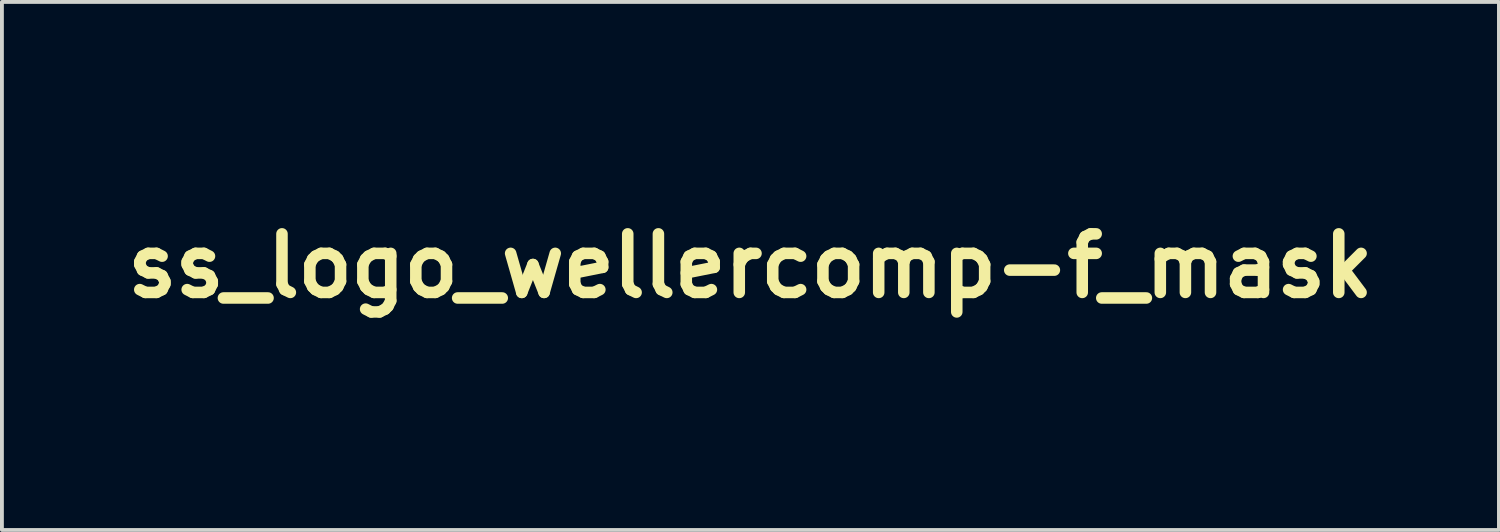
<source format=kicad_pcb>
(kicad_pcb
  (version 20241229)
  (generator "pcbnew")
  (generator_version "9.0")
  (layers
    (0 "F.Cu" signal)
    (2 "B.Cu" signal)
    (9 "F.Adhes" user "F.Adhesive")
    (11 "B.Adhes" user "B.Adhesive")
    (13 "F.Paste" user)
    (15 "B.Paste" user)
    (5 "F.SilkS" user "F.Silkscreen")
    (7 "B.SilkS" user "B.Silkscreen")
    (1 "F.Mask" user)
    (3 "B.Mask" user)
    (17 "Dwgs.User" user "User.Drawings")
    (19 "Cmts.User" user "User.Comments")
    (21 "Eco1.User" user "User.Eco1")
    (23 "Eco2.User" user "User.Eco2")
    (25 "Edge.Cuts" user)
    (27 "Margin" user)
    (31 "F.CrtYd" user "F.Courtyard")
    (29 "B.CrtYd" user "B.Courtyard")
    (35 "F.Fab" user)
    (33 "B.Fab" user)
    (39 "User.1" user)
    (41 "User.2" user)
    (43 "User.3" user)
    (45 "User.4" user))
  (footprint "ss_logo_wellercomp-f_mask"
    (layer "F.Cu")
    (at 16.481 3.871)
    (property "Reference" "ss_logo_wellercomp-f_mask" (at 0 0 0) (layer "F.SilkS") (effects (font (size 1.524 1.524) (thickness 0.3))))
    (attr through_hole)
    (fp_poly (pts (xy 0.762 -1.129) (xy 0.141 -1.129) (xy 0.141 -3.866) (xy 0.762 -3.866) (xy 0.762 -1.129)) (stroke (width 0.01) (type solid)) (fill yes) (layer "F.Mask"))
    (fp_poly (pts (xy 2.004 -1.129) (xy 1.383 -1.129) (xy 1.383 -3.866) (xy 2.004 -3.866) (xy 2.004 -1.129)) (stroke (width 0.01) (type solid)) (fill yes) (layer "F.Mask"))
    (fp_poly (pts (xy 4.741 0.875) (xy 4.12 0.875) (xy 4.12 0.367) (xy 4.741 0.367) (xy 4.741 0.875)) (stroke (width 0.01) (type solid)) (fill yes) (layer "F.Mask"))
    (fp_poly (pts (xy 4.741 3.104) (xy 4.12 3.104) (xy 4.12 1.129) (xy 4.741 1.129) (xy 4.741 3.104)) (stroke (width 0.01) (type solid)) (fill yes) (layer "F.Mask"))
    (fp_poly (pts (xy 8.58 3.104) (xy 7.959 3.104) (xy 7.959 0.367) (xy 8.58 0.367) (xy 8.58 3.104)) (stroke (width 0.01) (type solid)) (fill yes) (layer "F.Mask"))
    (fp_poly (pts (xy 6.398 -3.155) (xy 6.533 -3.147) (xy 6.549 -2.575) (xy 6.397 -2.618) (xy 6.213 -2.647) (xy 6.051 -2.627) (xy 5.915 -2.561) (xy 5.811 -2.452) (xy 5.744 -2.306) (xy 5.726 -2.227) (xy 5.714 -2.121) (xy 5.706 -1.978) (xy 5.702 -1.793) (xy 5.701 -1.646) (xy 5.701 -1.129) (xy 5.08 -1.129) (xy 5.08 -3.104) (xy 5.701 -3.104) (xy 5.701 -2.813) (xy 5.831 -2.945) (xy 5.988 -3.066) (xy 6.17 -3.137) (xy 6.372 -3.157) (xy 6.398 -3.155)) (stroke (width 0.01) (type solid)) (fill yes) (layer "F.Mask"))
    (fp_poly (pts (xy 3.076 1.129) (xy 3.725 1.129) (xy 3.725 1.58) (xy 3.076 1.58) (xy 3.076 2.047) (xy 3.077 2.22) (xy 3.078 2.345) (xy 3.082 2.432) (xy 3.09 2.491) (xy 3.103 2.53) (xy 3.122 2.559) (xy 3.145 2.584) (xy 3.186 2.619) (xy 3.233 2.64) (xy 3.3 2.65) (xy 3.403 2.653) (xy 3.442 2.653) (xy 3.669 2.653) (xy 3.669 3.104) (xy 3.309 3.102) (xy 3.164 3.099) (xy 3.032 3.094) (xy 2.927 3.086) (xy 2.864 3.078) (xy 2.863 3.078) (xy 2.708 3.016) (xy 2.586 2.916) (xy 2.53 2.836) (xy 2.509 2.793) (xy 2.494 2.747) (xy 2.482 2.688) (xy 2.474 2.608) (xy 2.468 2.498) (xy 2.464 2.349) (xy 2.46 2.153) (xy 2.46 2.152) (xy 2.451 1.58) (xy 2.145 1.58) (xy 2.145 1.129) (xy 2.455 1.129) (xy 2.455 0.564) (xy 3.076 0.564) (xy 3.076 1.129)) (stroke (width 0.01) (type solid)) (fill yes) (layer "F.Mask"))
    (fp_poly (pts (xy -9.92 1.082) (xy -9.792 1.095) (xy -9.668 1.114) (xy -9.573 1.135) (xy -9.567 1.136) (xy -9.44 1.174) (xy -9.432 1.43) (xy -9.424 1.686) (xy -9.562 1.617) (xy -9.739 1.553) (xy -9.919 1.53) (xy -10.091 1.546) (xy -10.242 1.6) (xy -10.346 1.676) (xy -10.432 1.799) (xy -10.484 1.952) (xy -10.501 2.12) (xy -10.483 2.287) (xy -10.43 2.439) (xy -10.346 2.557) (xy -10.214 2.653) (xy -10.055 2.7) (xy -9.87 2.7) (xy -9.656 2.652) (xy -9.474 2.583) (xy -9.45 2.577) (xy -9.436 2.59) (xy -9.43 2.633) (xy -9.429 2.715) (xy -9.432 2.811) (xy -9.44 3.06) (xy -9.567 3.098) (xy -9.676 3.121) (xy -9.821 3.137) (xy -9.982 3.147) (xy -10.141 3.149) (xy -10.278 3.143) (xy -10.353 3.133) (xy -10.585 3.058) (xy -10.782 2.942) (xy -10.942 2.788) (xy -11.059 2.601) (xy -11.13 2.384) (xy -11.144 2.299) (xy -11.153 2.03) (xy -11.114 1.789) (xy -11.03 1.579) (xy -10.904 1.402) (xy -10.738 1.261) (xy -10.534 1.158) (xy -10.296 1.096) (xy -10.025 1.078) (xy -9.92 1.082)) (stroke (width 0.01) (type solid)) (fill yes) (layer "F.Mask"))
    (fp_poly (pts (xy -1.145 1.1) (xy -0.972 1.172) (xy -0.964 1.177) (xy -0.794 1.314) (xy -0.664 1.49) (xy -0.576 1.703) (xy -0.529 1.953) (xy -0.522 2.117) (xy -0.543 2.387) (xy -0.607 2.622) (xy -0.712 2.82) (xy -0.859 2.98) (xy -0.964 3.057) (xy -1.136 3.131) (xy -1.324 3.158) (xy -1.517 3.139) (xy -1.701 3.075) (xy -1.865 2.967) (xy -1.872 2.961) (xy -2.004 2.846) (xy -2.004 3.866) (xy -2.625 3.866) (xy -2.625 2.049) (xy -1.997 2.049) (xy -1.996 2.22) (xy -1.965 2.382) (xy -1.907 2.52) (xy -1.842 2.601) (xy -1.769 2.662) (xy -1.704 2.693) (xy -1.623 2.702) (xy -1.54 2.698) (xy -1.443 2.684) (xy -1.374 2.65) (xy -1.31 2.59) (xy -1.227 2.461) (xy -1.177 2.301) (xy -1.16 2.126) (xy -1.175 1.949) (xy -1.222 1.787) (xy -1.302 1.653) (xy -1.313 1.64) (xy -1.37 1.583) (xy -1.421 1.552) (xy -1.487 1.54) (xy -1.576 1.538) (xy -1.678 1.542) (xy -1.745 1.557) (xy -1.8 1.591) (xy -1.833 1.622) (xy -1.916 1.736) (xy -1.971 1.883) (xy -1.997 2.049) (xy -2.625 2.049) (xy -2.625 1.129) (xy -2.004 1.129) (xy -2.004 1.388) (xy -1.872 1.272) (xy -1.709 1.162) (xy -1.525 1.096) (xy -1.333 1.075) (xy -1.145 1.1)) (stroke (width 0.01) (type solid)) (fill yes) (layer "F.Mask"))
    (fp_poly (pts (xy 5.983 1.388) (xy 6.115 1.272) (xy 6.278 1.162) (xy 6.462 1.096) (xy 6.654 1.075) (xy 6.842 1.1) (xy 7.015 1.172) (xy 7.022 1.177) (xy 7.193 1.314) (xy 7.323 1.49) (xy 7.411 1.703) (xy 7.457 1.953) (xy 7.465 2.117) (xy 7.443 2.388) (xy 7.38 2.623) (xy 7.274 2.821) (xy 7.126 2.981) (xy 7.02 3.058) (xy 6.872 3.121) (xy 6.696 3.152) (xy 6.514 3.148) (xy 6.376 3.119) (xy 6.281 3.076) (xy 6.175 3.009) (xy 6.115 2.961) (xy 5.983 2.846) (xy 5.983 3.104) (xy 5.362 3.104) (xy 5.362 2.049) (xy 5.99 2.049) (xy 5.991 2.22) (xy 6.022 2.382) (xy 6.08 2.52) (xy 6.145 2.601) (xy 6.217 2.662) (xy 6.283 2.693) (xy 6.364 2.702) (xy 6.447 2.698) (xy 6.544 2.684) (xy 6.613 2.65) (xy 6.677 2.59) (xy 6.759 2.461) (xy 6.81 2.301) (xy 6.827 2.126) (xy 6.812 1.949) (xy 6.765 1.787) (xy 6.685 1.653) (xy 6.674 1.64) (xy 6.616 1.583) (xy 6.566 1.552) (xy 6.5 1.54) (xy 6.41 1.538) (xy 6.309 1.542) (xy 6.242 1.557) (xy 6.187 1.591) (xy 6.154 1.622) (xy 6.071 1.736) (xy 6.016 1.883) (xy 5.99 2.049) (xy 5.362 2.049) (xy 5.362 0.367) (xy 5.983 0.367) (xy 5.983 1.388)) (stroke (width 0.01) (type solid)) (fill yes) (layer "F.Mask"))
    (fp_poly (pts (xy -1.219 -3.148) (xy -0.985 -3.097) (xy -0.784 -3.002) (xy -0.619 -2.863) (xy -0.491 -2.682) (xy -0.401 -2.462) (xy -0.352 -2.203) (xy -0.349 -2.174) (xy -0.331 -1.947) (xy -1.828 -1.947) (xy -1.799 -1.833) (xy -1.738 -1.696) (xy -1.633 -1.594) (xy -1.487 -1.527) (xy -1.304 -1.497) (xy -1.25 -1.496) (xy -1.119 -1.507) (xy -0.96 -1.536) (xy -0.795 -1.579) (xy -0.646 -1.629) (xy -0.567 -1.664) (xy -0.452 -1.723) (xy -0.452 -1.482) (xy -0.452 -1.378) (xy -0.458 -1.303) (xy -0.478 -1.251) (xy -0.52 -1.215) (xy -0.593 -1.187) (xy -0.704 -1.159) (xy -0.861 -1.126) (xy -1.087 -1.091) (xy -1.319 -1.077) (xy -1.535 -1.085) (xy -1.711 -1.112) (xy -1.929 -1.191) (xy -2.118 -1.312) (xy -2.271 -1.469) (xy -2.381 -1.655) (xy -2.413 -1.739) (xy -2.445 -1.889) (xy -2.458 -2.067) (xy -2.455 -2.25) (xy -2.436 -2.395) (xy -1.806 -2.395) (xy -1.802 -2.374) (xy -1.785 -2.36) (xy -1.746 -2.351) (xy -1.677 -2.345) (xy -1.569 -2.343) (xy -1.413 -2.342) (xy -1.4 -2.342) (xy -0.994 -2.342) (xy -1.017 -2.446) (xy -1.07 -2.57) (xy -1.158 -2.661) (xy -1.27 -2.715) (xy -1.395 -2.733) (xy -1.522 -2.712) (xy -1.641 -2.65) (xy -1.739 -2.547) (xy -1.742 -2.543) (xy -1.783 -2.469) (xy -1.805 -2.406) (xy -1.806 -2.395) (xy -2.436 -2.395) (xy -2.433 -2.416) (xy -2.411 -2.498) (xy -2.313 -2.709) (xy -2.175 -2.88) (xy -1.998 -3.011) (xy -1.783 -3.1) (xy -1.531 -3.148) (xy -1.484 -3.152) (xy -1.219 -3.148)) (stroke (width 0.01) (type solid)) (fill yes) (layer "F.Mask"))
    (fp_poly (pts (xy 3.72 -3.148) (xy 3.954 -3.097) (xy 4.154 -3.002) (xy 4.32 -2.863) (xy 4.448 -2.682) (xy 4.538 -2.462) (xy 4.587 -2.203) (xy 4.589 -2.174) (xy 4.608 -1.947) (xy 3.11 -1.947) (xy 3.14 -1.833) (xy 3.201 -1.696) (xy 3.306 -1.594) (xy 3.452 -1.527) (xy 3.635 -1.497) (xy 3.689 -1.496) (xy 3.82 -1.507) (xy 3.979 -1.536) (xy 4.144 -1.579) (xy 4.293 -1.629) (xy 4.372 -1.664) (xy 4.487 -1.723) (xy 4.487 -1.482) (xy 4.487 -1.378) (xy 4.481 -1.303) (xy 4.461 -1.251) (xy 4.419 -1.215) (xy 4.346 -1.187) (xy 4.235 -1.159) (xy 4.078 -1.126) (xy 3.851 -1.091) (xy 3.62 -1.077) (xy 3.404 -1.085) (xy 3.228 -1.112) (xy 3.01 -1.191) (xy 2.821 -1.312) (xy 2.668 -1.469) (xy 2.557 -1.655) (xy 2.526 -1.739) (xy 2.494 -1.889) (xy 2.48 -2.067) (xy 2.484 -2.25) (xy 2.503 -2.395) (xy 3.133 -2.395) (xy 3.136 -2.374) (xy 3.154 -2.36) (xy 3.193 -2.351) (xy 3.262 -2.345) (xy 3.37 -2.343) (xy 3.525 -2.342) (xy 3.539 -2.342) (xy 3.945 -2.342) (xy 3.922 -2.446) (xy 3.869 -2.57) (xy 3.781 -2.661) (xy 3.669 -2.715) (xy 3.544 -2.733) (xy 3.417 -2.712) (xy 3.298 -2.65) (xy 3.2 -2.547) (xy 3.197 -2.543) (xy 3.156 -2.469) (xy 3.134 -2.406) (xy 3.133 -2.395) (xy 2.503 -2.395) (xy 2.506 -2.416) (xy 2.528 -2.498) (xy 2.626 -2.709) (xy 2.764 -2.88) (xy 2.941 -3.011) (xy 3.156 -3.1) (xy 3.408 -3.148) (xy 3.455 -3.152) (xy 3.72 -3.148)) (stroke (width 0.01) (type solid)) (fill yes) (layer "F.Mask"))
    (fp_poly (pts (xy 10.296 1.085) (xy 10.53 1.136) (xy 10.73 1.232) (xy 10.896 1.371) (xy 11.024 1.551) (xy 11.114 1.772) (xy 11.163 2.031) (xy 11.165 2.059) (xy 11.184 2.286) (xy 9.686 2.286) (xy 9.715 2.401) (xy 9.777 2.537) (xy 9.882 2.64) (xy 10.028 2.707) (xy 10.211 2.736) (xy 10.265 2.738) (xy 10.395 2.726) (xy 10.555 2.697) (xy 10.72 2.654) (xy 10.868 2.604) (xy 10.948 2.569) (xy 11.063 2.511) (xy 11.063 2.752) (xy 11.063 2.856) (xy 11.057 2.93) (xy 11.037 2.982) (xy 10.995 3.018) (xy 10.922 3.047) (xy 10.811 3.074) (xy 10.654 3.107) (xy 10.427 3.142) (xy 10.196 3.156) (xy 9.979 3.149) (xy 9.804 3.121) (xy 9.586 3.042) (xy 9.397 2.921) (xy 9.244 2.765) (xy 9.133 2.578) (xy 9.102 2.494) (xy 9.07 2.344) (xy 9.056 2.166) (xy 9.06 1.983) (xy 9.079 1.839) (xy 9.708 1.839) (xy 9.712 1.859) (xy 9.729 1.873) (xy 9.768 1.883) (xy 9.838 1.888) (xy 9.946 1.89) (xy 10.101 1.891) (xy 10.115 1.891) (xy 10.521 1.891) (xy 10.498 1.788) (xy 10.445 1.663) (xy 10.357 1.573) (xy 10.245 1.518) (xy 10.12 1.5) (xy 9.992 1.522) (xy 9.874 1.583) (xy 9.775 1.686) (xy 9.773 1.69) (xy 9.731 1.764) (xy 9.709 1.828) (xy 9.708 1.839) (xy 9.079 1.839) (xy 9.082 1.817) (xy 9.103 1.735) (xy 9.202 1.524) (xy 9.34 1.353) (xy 9.517 1.222) (xy 9.732 1.133) (xy 9.984 1.085) (xy 10.031 1.081) (xy 10.296 1.085)) (stroke (width 0.01) (type solid)) (fill yes) (layer "F.Mask"))
    (fp_poly (pts (xy 1.054 1.091) (xy 1.256 1.124) (xy 1.322 1.142) (xy 1.484 1.219) (xy 1.595 1.312) (xy 1.655 1.375) (xy 1.702 1.439) (xy 1.738 1.511) (xy 1.765 1.597) (xy 1.784 1.705) (xy 1.796 1.843) (xy 1.803 2.018) (xy 1.806 2.237) (xy 1.806 2.418) (xy 1.806 3.104) (xy 1.185 3.104) (xy 1.185 2.846) (xy 1.054 2.961) (xy 0.893 3.068) (xy 0.706 3.136) (xy 0.508 3.161) (xy 0.316 3.141) (xy 0.247 3.121) (xy 0.077 3.033) (xy -0.051 2.909) (xy -0.135 2.752) (xy -0.173 2.563) (xy -0.175 2.498) (xy -0.172 2.476) (xy 0.455 2.476) (xy 0.475 2.576) (xy 0.533 2.657) (xy 0.619 2.713) (xy 0.725 2.739) (xy 0.842 2.728) (xy 0.96 2.675) (xy 0.962 2.674) (xy 1.046 2.595) (xy 1.119 2.485) (xy 1.17 2.367) (xy 1.185 2.277) (xy 1.185 2.195) (xy 0.91 2.207) (xy 0.75 2.218) (xy 0.637 2.237) (xy 0.559 2.269) (xy 0.508 2.318) (xy 0.482 2.363) (xy 0.455 2.476) (xy -0.172 2.476) (xy -0.157 2.319) (xy -0.102 2.175) (xy -0.006 2.054) (xy 0.017 2.033) (xy 0.108 1.968) (xy 0.22 1.918) (xy 0.36 1.883) (xy 0.537 1.858) (xy 0.76 1.843) (xy 0.8 1.842) (xy 1.191 1.827) (xy 1.174 1.739) (xy 1.127 1.635) (xy 1.032 1.561) (xy 0.89 1.516) (xy 0.7 1.501) (xy 0.572 1.505) (xy 0.358 1.534) (xy 0.173 1.589) (xy 0.17 1.59) (xy 0 1.659) (xy 0 1.188) (xy 0.106 1.159) (xy 0.331 1.113) (xy 0.575 1.086) (xy 0.821 1.079) (xy 1.054 1.091)) (stroke (width 0.01) (type solid)) (fill yes) (layer "F.Mask"))
    (fp_poly (pts (xy -7.693 1.097) (xy -7.524 1.128) (xy -7.447 1.152) (xy -7.254 1.257) (xy -7.089 1.401) (xy -6.965 1.576) (xy -6.951 1.603) (xy -6.918 1.674) (xy -6.895 1.738) (xy -6.882 1.807) (xy -6.875 1.897) (xy -6.872 2.02) (xy -6.872 2.117) (xy -6.873 2.267) (xy -6.877 2.375) (xy -6.886 2.455) (xy -6.903 2.52) (xy -6.93 2.586) (xy -6.951 2.631) (xy -7.069 2.809) (xy -7.228 2.958) (xy -7.416 3.066) (xy -7.447 3.079) (xy -7.601 3.121) (xy -7.788 3.146) (xy -7.984 3.153) (xy -8.169 3.142) (xy -8.297 3.117) (xy -8.522 3.029) (xy -8.706 2.904) (xy -8.846 2.742) (xy -8.944 2.544) (xy -8.998 2.309) (xy -8.999 2.301) (xy -9.004 2.151) (xy -8.344 2.151) (xy -8.332 2.306) (xy -8.305 2.437) (xy -8.282 2.495) (xy -8.193 2.609) (xy -8.074 2.681) (xy -7.937 2.707) (xy -7.795 2.685) (xy -7.749 2.666) (xy -7.674 2.611) (xy -7.604 2.528) (xy -7.589 2.504) (xy -7.556 2.438) (xy -7.536 2.372) (xy -7.525 2.289) (xy -7.521 2.172) (xy -7.521 2.117) (xy -7.523 1.983) (xy -7.531 1.889) (xy -7.547 1.818) (xy -7.575 1.755) (xy -7.589 1.73) (xy -7.681 1.618) (xy -7.797 1.55) (xy -7.925 1.525) (xy -8.053 1.543) (xy -8.17 1.604) (xy -8.264 1.708) (xy -8.282 1.738) (xy -8.319 1.847) (xy -8.339 1.991) (xy -8.344 2.151) (xy -9.004 2.151) (xy -9.009 2.034) (xy -8.973 1.793) (xy -8.892 1.58) (xy -8.77 1.399) (xy -8.607 1.254) (xy -8.414 1.152) (xy -8.266 1.112) (xy -8.084 1.089) (xy -7.886 1.084) (xy -7.693 1.097)) (stroke (width 0.01) (type solid)) (fill yes) (layer "F.Mask"))
    (fp_poly (pts (xy -3.769 1.084) (xy -3.6 1.136) (xy -3.451 1.234) (xy -3.426 1.257) (xy -3.368 1.319) (xy -3.322 1.382) (xy -3.286 1.451) (xy -3.26 1.536) (xy -3.241 1.642) (xy -3.228 1.776) (xy -3.221 1.947) (xy -3.218 2.161) (xy -3.217 2.39) (xy -3.217 3.104) (xy -3.838 3.104) (xy -3.838 2.477) (xy -3.84 2.287) (xy -3.843 2.111) (xy -3.849 1.958) (xy -3.856 1.837) (xy -3.864 1.76) (xy -3.868 1.744) (xy -3.92 1.638) (xy -4 1.574) (xy -4.096 1.55) (xy -4.199 1.566) (xy -4.298 1.622) (xy -4.382 1.717) (xy -4.412 1.773) (xy -4.432 1.822) (xy -4.448 1.874) (xy -4.46 1.938) (xy -4.468 2.022) (xy -4.474 2.136) (xy -4.478 2.287) (xy -4.482 2.486) (xy -4.482 2.505) (xy -4.492 3.104) (xy -5.108 3.104) (xy -5.11 2.533) (xy -5.112 2.283) (xy -5.117 2.083) (xy -5.125 1.927) (xy -5.137 1.809) (xy -5.153 1.722) (xy -5.175 1.661) (xy -5.203 1.62) (xy -5.22 1.604) (xy -5.317 1.558) (xy -5.427 1.559) (xy -5.535 1.601) (xy -5.631 1.681) (xy -5.689 1.768) (xy -5.707 1.81) (xy -5.721 1.861) (xy -5.732 1.927) (xy -5.739 2.018) (xy -5.745 2.142) (xy -5.749 2.307) (xy -5.753 2.491) (xy -5.762 3.104) (xy -6.378 3.104) (xy -6.378 1.129) (xy -5.757 1.129) (xy -5.757 1.39) (xy -5.636 1.278) (xy -5.541 1.204) (xy -5.434 1.139) (xy -5.381 1.115) (xy -5.213 1.078) (xy -5.038 1.087) (xy -4.871 1.138) (xy -4.725 1.228) (xy -4.633 1.325) (xy -4.553 1.434) (xy -4.45 1.325) (xy -4.298 1.198) (xy -4.128 1.116) (xy -3.948 1.077) (xy -3.769 1.084)) (stroke (width 0.01) (type solid)) (fill yes) (layer "F.Mask"))
    (fp_poly (pts (xy -2.819 -3.752) (xy -2.716 -3.747) (xy -2.648 -3.74) (xy -2.626 -3.732) (xy -2.632 -3.701) (xy -2.651 -3.621) (xy -2.679 -3.497) (xy -2.717 -3.334) (xy -2.763 -3.138) (xy -2.816 -2.915) (xy -2.874 -2.67) (xy -2.931 -2.427) (xy -3.235 -1.143) (xy -3.63 -1.135) (xy -4.025 -1.127) (xy -4.262 -2.122) (xy -4.5 -3.116) (xy -4.632 -2.567) (xy -4.682 -2.358) (xy -4.736 -2.13) (xy -4.79 -1.903) (xy -4.839 -1.696) (xy -4.868 -1.573) (xy -4.973 -1.129) (xy -5.363 -1.129) (xy -5.52 -1.13) (xy -5.63 -1.132) (xy -5.7 -1.138) (xy -5.742 -1.149) (xy -5.762 -1.164) (xy -5.768 -1.178) (xy -5.778 -1.216) (xy -5.799 -1.301) (xy -5.829 -1.426) (xy -5.868 -1.586) (xy -5.912 -1.772) (xy -5.962 -1.98) (xy -6.015 -2.201) (xy -6.069 -2.43) (xy -6.124 -2.66) (xy -6.177 -2.884) (xy -6.227 -3.095) (xy -6.273 -3.288) (xy -6.312 -3.455) (xy -6.344 -3.589) (xy -6.366 -3.685) (xy -6.377 -3.734) (xy -6.378 -3.74) (xy -6.352 -3.745) (xy -6.28 -3.75) (xy -6.175 -3.753) (xy -6.056 -3.754) (xy -5.915 -3.753) (xy -5.82 -3.749) (xy -5.763 -3.741) (xy -5.733 -3.727) (xy -5.719 -3.706) (xy -5.719 -3.704) (xy -5.709 -3.665) (xy -5.688 -3.579) (xy -5.658 -3.451) (xy -5.619 -3.29) (xy -5.574 -3.102) (xy -5.525 -2.894) (xy -5.5 -2.787) (xy -5.449 -2.575) (xy -5.402 -2.381) (xy -5.36 -2.213) (xy -5.325 -2.077) (xy -5.298 -1.979) (xy -5.281 -1.927) (xy -5.277 -1.919) (xy -5.267 -1.946) (xy -5.246 -2.02) (xy -5.215 -2.137) (xy -5.176 -2.29) (xy -5.132 -2.471) (xy -5.083 -2.675) (xy -5.053 -2.801) (xy -5.002 -3.017) (xy -4.955 -3.216) (xy -4.913 -3.391) (xy -4.878 -3.536) (xy -4.852 -3.643) (xy -4.836 -3.706) (xy -4.832 -3.719) (xy -4.811 -3.735) (xy -4.756 -3.745) (xy -4.661 -3.749) (xy -4.518 -3.748) (xy -4.493 -3.747) (xy -4.167 -3.739) (xy -3.952 -2.831) (xy -3.9 -2.613) (xy -3.852 -2.413) (xy -3.809 -2.237) (xy -3.773 -2.092) (xy -3.746 -1.985) (xy -3.728 -1.922) (xy -3.723 -1.907) (xy -3.712 -1.929) (xy -3.691 -1.997) (xy -3.662 -2.104) (xy -3.627 -2.241) (xy -3.588 -2.4) (xy -3.587 -2.407) (xy -3.539 -2.609) (xy -3.486 -2.831) (xy -3.434 -3.05) (xy -3.387 -3.246) (xy -3.366 -3.337) (xy -3.267 -3.754) (xy -2.946 -3.754) (xy -2.819 -3.752)) (stroke (width 0.01) (type solid)) (fill yes) (layer "F.Mask")))
  (gr_rect
    (start -3 -3)
    (end 35.962 10.743)
    (stroke (width 0.1) (type default))
    (fill no)
    (layer "Edge.Cuts")))
</source>
